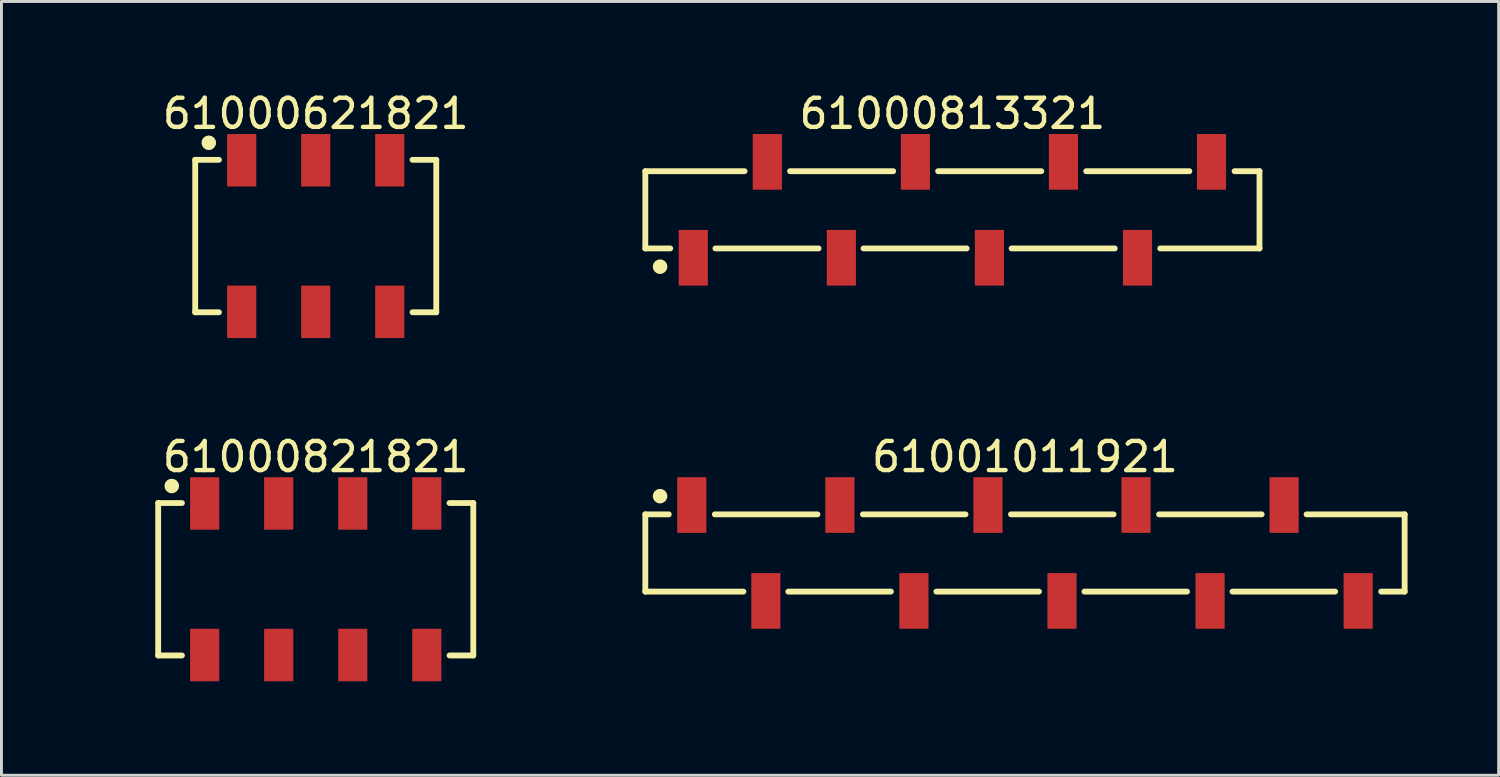
<source format=kicad_pcb>
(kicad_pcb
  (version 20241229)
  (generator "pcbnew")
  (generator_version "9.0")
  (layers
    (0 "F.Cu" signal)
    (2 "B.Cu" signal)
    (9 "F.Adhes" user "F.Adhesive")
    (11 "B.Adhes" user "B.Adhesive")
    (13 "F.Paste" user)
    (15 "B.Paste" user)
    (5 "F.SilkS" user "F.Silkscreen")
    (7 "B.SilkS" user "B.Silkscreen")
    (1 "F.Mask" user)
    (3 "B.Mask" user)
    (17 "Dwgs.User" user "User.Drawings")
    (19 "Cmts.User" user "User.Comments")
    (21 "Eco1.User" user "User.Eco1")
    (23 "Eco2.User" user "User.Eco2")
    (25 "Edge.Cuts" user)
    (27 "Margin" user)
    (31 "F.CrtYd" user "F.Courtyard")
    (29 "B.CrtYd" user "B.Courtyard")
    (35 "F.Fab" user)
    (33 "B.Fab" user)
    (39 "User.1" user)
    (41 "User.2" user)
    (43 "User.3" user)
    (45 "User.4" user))
  (footprint "61000621821"
    (layer "F.Cu")
    (at 7.782 5.048)
    (property "Reference" "61000621821" (at 0 -4.2 0) (layer "F.SilkS") (effects (font (size 1 1) (thickness 0.15))))
    (fp_line (start -4.135 -2.615) (end -3.32 -2.615) (stroke (width 0.2) (type solid)) (layer "F.SilkS"))
    (fp_line (start -4.135 2.615) (end -4.135 -2.615) (stroke (width 0.2) (type solid)) (layer "F.SilkS"))
    (fp_line (start -4.135 2.615) (end -3.32 2.615) (stroke (width 0.2) (type solid)) (layer "F.SilkS"))
    (fp_line (start 3.32 -2.615) (end 4.135 -2.615) (stroke (width 0.2) (type solid)) (layer "F.SilkS"))
    (fp_line (start 3.32 2.615) (end 4.135 2.615) (stroke (width 0.2) (type solid)) (layer "F.SilkS"))
    (fp_line (start 4.135 2.615) (end 4.135 -2.615) (stroke (width 0.2) (type solid)) (layer "F.SilkS"))
    (fp_circle (center -3.67 -3.2) (end -3.67 -3.325) (stroke (width 0.25) (type solid)) (fill no) (layer "F.SilkS"))
    (fp_line (start -4.335 -3.7) (end 4.335 -3.7) (stroke (width 0.05) (type solid)) (layer "Eco2.User"))
    (fp_line (start -4.335 3.7) (end -4.335 -3.7) (stroke (width 0.05) (type solid)) (layer "Eco2.User"))
    (fp_line (start -4.335 3.7) (end 4.335 3.7) (stroke (width 0.05) (type solid)) (layer "Eco2.User"))
    (fp_line (start -4.06 -2.54) (end 4.06 -2.54) (stroke (width 0.1) (type solid)) (layer "Eco2.User"))
    (fp_line (start -4.06 2.54) (end -4.06 -2.54) (stroke (width 0.1) (type solid)) (layer "Eco2.User"))
    (fp_line (start -4.06 2.54) (end 4.06 2.54) (stroke (width 0.1) (type solid)) (layer "Eco2.User"))
    (fp_line (start -2.86 -3.35) (end -2.22 -3.35) (stroke (width 0.1) (type solid)) (layer "Eco2.User"))
    (fp_line (start -2.86 -2.54) (end -2.86 -3.35) (stroke (width 0.1) (type solid)) (layer "Eco2.User"))
    (fp_line (start -2.86 3.35) (end -2.86 2.54) (stroke (width 0.1) (type solid)) (layer "Eco2.User"))
    (fp_line (start -2.86 3.35) (end -2.22 3.35) (stroke (width 0.1) (type solid)) (layer "Eco2.User"))
    (fp_line (start -2.22 -2.54) (end -2.22 -3.35) (stroke (width 0.1) (type solid)) (layer "Eco2.User"))
    (fp_line (start -2.22 3.35) (end -2.22 2.54) (stroke (width 0.1) (type solid)) (layer "Eco2.User"))
    (fp_line (start -0.5 0) (end 0.5 0) (stroke (width 0.05) (type solid)) (layer "Eco2.User"))
    (fp_line (start -0.32 -3.35) (end 0.32 -3.35) (stroke (width 0.1) (type solid)) (layer "Eco2.User"))
    (fp_line (start -0.32 -2.54) (end -0.32 -3.35) (stroke (width 0.1) (type solid)) (layer "Eco2.User"))
    (fp_line (start -0.32 3.35) (end -0.32 2.54) (stroke (width 0.1) (type solid)) (layer "Eco2.User"))
    (fp_line (start -0.32 3.35) (end 0.32 3.35) (stroke (width 0.1) (type solid)) (layer "Eco2.User"))
    (fp_line (start 0 0.5) (end 0 -0.5) (stroke (width 0.05) (type solid)) (layer "Eco2.User"))
    (fp_line (start 0.32 -2.54) (end 0.32 -3.35) (stroke (width 0.1) (type solid)) (layer "Eco2.User"))
    (fp_line (start 0.32 3.35) (end 0.32 2.54) (stroke (width 0.1) (type solid)) (layer "Eco2.User"))
    (fp_line (start 2.22 -3.35) (end 2.86 -3.35) (stroke (width 0.1) (type solid)) (layer "Eco2.User"))
    (fp_line (start 2.22 -2.54) (end 2.22 -3.35) (stroke (width 0.1) (type solid)) (layer "Eco2.User"))
    (fp_line (start 2.22 3.35) (end 2.22 2.54) (stroke (width 0.1) (type solid)) (layer "Eco2.User"))
    (fp_line (start 2.22 3.35) (end 2.86 3.35) (stroke (width 0.1) (type solid)) (layer "Eco2.User"))
    (fp_line (start 2.86 -2.54) (end 2.86 -3.35) (stroke (width 0.1) (type solid)) (layer "Eco2.User"))
    (fp_line (start 2.86 3.35) (end 2.86 2.54) (stroke (width 0.1) (type solid)) (layer "Eco2.User"))
    (fp_line (start 4.06 2.54) (end 4.06 -2.54) (stroke (width 0.1) (type solid)) (layer "Eco2.User"))
    (fp_line (start 4.335 3.7) (end 4.335 -3.7) (stroke (width 0.05) (type solid)) (layer "Eco2.User"))
    (fp_text user "${REFERENCE}" (at 0.15 -0.197 0) (unlocked yes) (layer "User.3") (effects (font (size 1.5 1.5) (thickness 0.15))))
    (pad "1" smd rect (at -2.54 -2.6) (size 1 1.8) (layers "F.Cu" "F.Mask" "F.Paste"))
    (pad "2" smd rect (at -2.54 2.6) (size 1 1.8) (layers "F.Cu" "F.Mask" "F.Paste"))
    (pad "3" smd rect (at 0 -2.6) (size 1 1.8) (layers "F.Cu" "F.Mask" "F.Paste"))
    (pad "4" smd rect (at 0 2.6) (size 1 1.8) (layers "F.Cu" "F.Mask" "F.Paste"))
    (pad "5" smd rect (at 2.54 -2.6) (size 1 1.8) (layers "F.Cu" "F.Mask" "F.Paste"))
    (pad "6" smd rect (at 2.54 2.6) (size 1 1.8) (layers "F.Cu" "F.Mask" "F.Paste")))
  (footprint "61001011921"
    (layer "F.Cu")
    (at 32.114 15.921)
    (property "Reference" "61001011921" (at 0 -3.3 0) (layer "F.SilkS") (effects (font (size 1 1) (thickness 0.15))))
    (fp_line (start -13.025 -1.325) (end -12.22 -1.325) (stroke (width 0.2) (type solid)) (layer "F.SilkS"))
    (fp_line (start -13.025 1.325) (end -13.025 -1.325) (stroke (width 0.2) (type solid)) (layer "F.SilkS"))
    (fp_line (start -13.025 1.325) (end -9.66 1.325) (stroke (width 0.2) (type solid)) (layer "F.SilkS"))
    (fp_line (start -10.64 -1.325) (end -7.12 -1.325) (stroke (width 0.2) (type solid)) (layer "F.SilkS"))
    (fp_line (start -8.12 1.325) (end -4.6 1.325) (stroke (width 0.2) (type solid)) (layer "F.SilkS"))
    (fp_line (start -5.56 -1.325) (end -2.04 -1.325) (stroke (width 0.2) (type solid)) (layer "F.SilkS"))
    (fp_line (start -3.04 1.325) (end 0.48 1.325) (stroke (width 0.2) (type solid)) (layer "F.SilkS"))
    (fp_line (start -0.48 -1.325) (end 3.04 -1.325) (stroke (width 0.2) (type solid)) (layer "F.SilkS"))
    (fp_line (start 2.04 1.325) (end 5.56 1.325) (stroke (width 0.2) (type solid)) (layer "F.SilkS"))
    (fp_line (start 4.6 -1.325) (end 8.12 -1.325) (stroke (width 0.2) (type solid)) (layer "F.SilkS"))
    (fp_line (start 7.12 1.325) (end 10.64 1.325) (stroke (width 0.2) (type solid)) (layer "F.SilkS"))
    (fp_line (start 9.66 -1.325) (end 13.025 -1.325) (stroke (width 0.2) (type solid)) (layer "F.SilkS"))
    (fp_line (start 12.22 1.325) (end 13.025 1.325) (stroke (width 0.2) (type solid)) (layer "F.SilkS"))
    (fp_line (start 13.025 1.325) (end 13.025 -1.325) (stroke (width 0.2) (type solid)) (layer "F.SilkS"))
    (fp_circle (center -12.52 -1.95) (end -12.52 -2.075) (stroke (width 0.25) (type solid)) (fill no) (layer "F.SilkS"))
    (fp_line (start -13.225 -2.8) (end 13.225 -2.8) (stroke (width 0.05) (type solid)) (layer "Eco2.User"))
    (fp_line (start -13.225 2.8) (end -13.225 -2.8) (stroke (width 0.05) (type solid)) (layer "Eco2.User"))
    (fp_line (start -13.225 2.8) (end 13.225 2.8) (stroke (width 0.05) (type solid)) (layer "Eco2.User"))
    (fp_line (start -12.95 -1.25) (end 12.95 -1.25) (stroke (width 0.1) (type solid)) (layer "Eco2.User"))
    (fp_line (start -12.95 1.25) (end -12.95 -1.25) (stroke (width 0.1) (type solid)) (layer "Eco2.User"))
    (fp_line (start -12.95 1.25) (end 12.95 1.25) (stroke (width 0.1) (type solid)) (layer "Eco2.User"))
    (fp_line (start -11.68 -2.025) (end -11.18 -2.025) (stroke (width 0.1) (type solid)) (layer "Eco2.User"))
    (fp_line (start -11.68 -1.25) (end -11.68 -2.025) (stroke (width 0.1) (type solid)) (layer "Eco2.User"))
    (fp_line (start -11.18 -1.25) (end -11.18 -2.025) (stroke (width 0.1) (type solid)) (layer "Eco2.User"))
    (fp_line (start -9.14 2.025) (end -9.14 1.25) (stroke (width 0.1) (type solid)) (layer "Eco2.User"))
    (fp_line (start -9.14 2.025) (end -8.64 2.025) (stroke (width 0.1) (type solid)) (layer "Eco2.User"))
    (fp_line (start -8.64 2.025) (end -8.64 1.25) (stroke (width 0.1) (type solid)) (layer "Eco2.User"))
    (fp_line (start -6.6 -2.025) (end -6.1 -2.025) (stroke (width 0.1) (type solid)) (layer "Eco2.User"))
    (fp_line (start -6.6 -1.25) (end -6.6 -2.025) (stroke (width 0.1) (type solid)) (layer "Eco2.User"))
    (fp_line (start -6.1 -1.25) (end -6.1 -2.025) (stroke (width 0.1) (type solid)) (layer "Eco2.User"))
    (fp_line (start -4.06 2.025) (end -4.06 1.25) (stroke (width 0.1) (type solid)) (layer "Eco2.User"))
    (fp_line (start -4.06 2.025) (end -3.56 2.025) (stroke (width 0.1) (type solid)) (layer "Eco2.User"))
    (fp_line (start -3.56 2.025) (end -3.56 1.25) (stroke (width 0.1) (type solid)) (layer "Eco2.User"))
    (fp_line (start -1.52 -2.025) (end -1.02 -2.025) (stroke (width 0.1) (type solid)) (layer "Eco2.User"))
    (fp_line (start -1.52 -1.25) (end -1.52 -2.025) (stroke (width 0.1) (type solid)) (layer "Eco2.User"))
    (fp_line (start -1.02 -1.25) (end -1.02 -2.025) (stroke (width 0.1) (type solid)) (layer "Eco2.User"))
    (fp_line (start -0.5 0) (end 0.5 0) (stroke (width 0.05) (type solid)) (layer "Eco2.User"))
    (fp_line (start 0 0.5) (end 0 -0.5) (stroke (width 0.05) (type solid)) (layer "Eco2.User"))
    (fp_line (start 1.02 2.025) (end 1.02 1.25) (stroke (width 0.1) (type solid)) (layer "Eco2.User"))
    (fp_line (start 1.02 2.025) (end 1.52 2.025) (stroke (width 0.1) (type solid)) (layer "Eco2.User"))
    (fp_line (start 1.52 2.025) (end 1.52 1.25) (stroke (width 0.1) (type solid)) (layer "Eco2.User"))
    (fp_line (start 3.56 -2.025) (end 4.06 -2.025) (stroke (width 0.1) (type solid)) (layer "Eco2.User"))
    (fp_line (start 3.56 -1.25) (end 3.56 -2.025) (stroke (width 0.1) (type solid)) (layer "Eco2.User"))
    (fp_line (start 4.06 -1.25) (end 4.06 -2.025) (stroke (width 0.1) (type solid)) (layer "Eco2.User"))
    (fp_line (start 6.1 2.025) (end 6.1 1.25) (stroke (width 0.1) (type solid)) (layer "Eco2.User"))
    (fp_line (start 6.1 2.025) (end 6.6 2.025) (stroke (width 0.1) (type solid)) (layer "Eco2.User"))
    (fp_line (start 6.6 2.025) (end 6.6 1.25) (stroke (width 0.1) (type solid)) (layer "Eco2.User"))
    (fp_line (start 8.64 -2.025) (end 9.14 -2.025) (stroke (width 0.1) (type solid)) (layer "Eco2.User"))
    (fp_line (start 8.64 -1.25) (end 8.64 -2.025) (stroke (width 0.1) (type solid)) (layer "Eco2.User"))
    (fp_line (start 9.14 -1.25) (end 9.14 -2.025) (stroke (width 0.1) (type solid)) (layer "Eco2.User"))
    (fp_line (start 11.18 2.025) (end 11.18 1.25) (stroke (width 0.1) (type solid)) (layer "Eco2.User"))
    (fp_line (start 11.18 2.025) (end 11.68 2.025) (stroke (width 0.1) (type solid)) (layer "Eco2.User"))
    (fp_line (start 11.68 2.025) (end 11.68 1.25) (stroke (width 0.1) (type solid)) (layer "Eco2.User"))
    (fp_line (start 12.95 1.25) (end 12.95 -1.25) (stroke (width 0.1) (type solid)) (layer "Eco2.User"))
    (fp_line (start 13.225 2.8) (end 13.225 -2.8) (stroke (width 0.05) (type solid)) (layer "Eco2.User"))
    (fp_text user "${REFERENCE}" (at 0.15 -0.197 0) (unlocked yes) (layer "User.3") (effects (font (size 1.5 1.5) (thickness 0.15))))
    (pad "1" smd rect (at -11.43 -1.645) (size 1 1.91) (layers "F.Cu" "F.Mask" "F.Paste"))
    (pad "2" smd rect (at -8.89 1.645) (size 1 1.91) (layers "F.Cu" "F.Mask" "F.Paste"))
    (pad "3" smd rect (at -6.35 -1.645) (size 1 1.91) (layers "F.Cu" "F.Mask" "F.Paste"))
    (pad "4" smd rect (at -3.81 1.645) (size 1 1.91) (layers "F.Cu" "F.Mask" "F.Paste"))
    (pad "5" smd rect (at -1.27 -1.645) (size 1 1.91) (layers "F.Cu" "F.Mask" "F.Paste"))
    (pad "6" smd rect (at 1.27 1.645) (size 1 1.91) (layers "F.Cu" "F.Mask" "F.Paste"))
    (pad "7" smd rect (at 3.81 -1.645) (size 1 1.91) (layers "F.Cu" "F.Mask" "F.Paste"))
    (pad "8" smd rect (at 6.35 1.645) (size 1 1.91) (layers "F.Cu" "F.Mask" "F.Paste"))
    (pad "9" smd rect (at 8.89 -1.645) (size 1 1.91) (layers "F.Cu" "F.Mask" "F.Paste"))
    (pad "10" smd rect (at 11.43 1.645) (size 1 1.91) (layers "F.Cu" "F.Mask" "F.Paste")))
  (footprint "61000821821"
    (layer "F.Cu")
    (at 7.782 16.822)
    (property "Reference" "61000821821" (at 0 -4.2 0) (layer "F.SilkS") (effects (font (size 1 1) (thickness 0.15))))
    (fp_line (start -5.405 -2.615) (end -4.59 -2.615) (stroke (width 0.2) (type solid)) (layer "F.SilkS"))
    (fp_line (start -5.405 2.615) (end -5.405 -2.615) (stroke (width 0.2) (type solid)) (layer "F.SilkS"))
    (fp_line (start -5.405 2.615) (end -4.59 2.615) (stroke (width 0.2) (type solid)) (layer "F.SilkS"))
    (fp_line (start 4.59 -2.615) (end 5.405 -2.615) (stroke (width 0.2) (type solid)) (layer "F.SilkS"))
    (fp_line (start 4.59 2.615) (end 5.405 2.615) (stroke (width 0.2) (type solid)) (layer "F.SilkS"))
    (fp_line (start 5.405 2.615) (end 5.405 -2.615) (stroke (width 0.2) (type solid)) (layer "F.SilkS"))
    (fp_circle (center -4.94 -3.2) (end -4.94 -3.325) (stroke (width 0.25) (type solid)) (fill no) (layer "F.SilkS"))
    (fp_line (start -5.605 -3.7) (end 5.605 -3.7) (stroke (width 0.05) (type solid)) (layer "Eco2.User"))
    (fp_line (start -5.605 3.7) (end -5.605 -3.7) (stroke (width 0.05) (type solid)) (layer "Eco2.User"))
    (fp_line (start -5.605 3.7) (end 5.605 3.7) (stroke (width 0.05) (type solid)) (layer "Eco2.User"))
    (fp_line (start -5.33 -2.54) (end 5.33 -2.54) (stroke (width 0.1) (type solid)) (layer "Eco2.User"))
    (fp_line (start -5.33 2.54) (end -5.33 -2.54) (stroke (width 0.1) (type solid)) (layer "Eco2.User"))
    (fp_line (start -5.33 2.54) (end 5.33 2.54) (stroke (width 0.1) (type solid)) (layer "Eco2.User"))
    (fp_line (start -4.13 -3.35) (end -3.49 -3.35) (stroke (width 0.1) (type solid)) (layer "Eco2.User"))
    (fp_line (start -4.13 -2.54) (end -4.13 -3.35) (stroke (width 0.1) (type solid)) (layer "Eco2.User"))
    (fp_line (start -4.13 3.35) (end -4.13 2.54) (stroke (width 0.1) (type solid)) (layer "Eco2.User"))
    (fp_line (start -4.13 3.35) (end -3.49 3.35) (stroke (width 0.1) (type solid)) (layer "Eco2.User"))
    (fp_line (start -3.49 -2.54) (end -3.49 -3.35) (stroke (width 0.1) (type solid)) (layer "Eco2.User"))
    (fp_line (start -3.49 3.35) (end -3.49 2.54) (stroke (width 0.1) (type solid)) (layer "Eco2.User"))
    (fp_line (start -1.59 -3.35) (end -0.95 -3.35) (stroke (width 0.1) (type solid)) (layer "Eco2.User"))
    (fp_line (start -1.59 -2.54) (end -1.59 -3.35) (stroke (width 0.1) (type solid)) (layer "Eco2.User"))
    (fp_line (start -1.59 3.35) (end -1.59 2.54) (stroke (width 0.1) (type solid)) (layer "Eco2.User"))
    (fp_line (start -1.59 3.35) (end -0.95 3.35) (stroke (width 0.1) (type solid)) (layer "Eco2.User"))
    (fp_line (start -0.95 -2.54) (end -0.95 -3.35) (stroke (width 0.1) (type solid)) (layer "Eco2.User"))
    (fp_line (start -0.95 3.35) (end -0.95 2.54) (stroke (width 0.1) (type solid)) (layer "Eco2.User"))
    (fp_line (start -0.5 0) (end 0.5 0) (stroke (width 0.05) (type solid)) (layer "Eco2.User"))
    (fp_line (start 0 0.5) (end 0 -0.5) (stroke (width 0.05) (type solid)) (layer "Eco2.User"))
    (fp_line (start 0.95 -3.35) (end 1.59 -3.35) (stroke (width 0.1) (type solid)) (layer "Eco2.User"))
    (fp_line (start 0.95 -2.54) (end 0.95 -3.35) (stroke (width 0.1) (type solid)) (layer "Eco2.User"))
    (fp_line (start 0.95 3.35) (end 0.95 2.54) (stroke (width 0.1) (type solid)) (layer "Eco2.User"))
    (fp_line (start 0.95 3.35) (end 1.59 3.35) (stroke (width 0.1) (type solid)) (layer "Eco2.User"))
    (fp_line (start 1.59 -2.54) (end 1.59 -3.35) (stroke (width 0.1) (type solid)) (layer "Eco2.User"))
    (fp_line (start 1.59 3.35) (end 1.59 2.54) (stroke (width 0.1) (type solid)) (layer "Eco2.User"))
    (fp_line (start 3.49 -3.35) (end 4.13 -3.35) (stroke (width 0.1) (type solid)) (layer "Eco2.User"))
    (fp_line (start 3.49 -2.54) (end 3.49 -3.35) (stroke (width 0.1) (type solid)) (layer "Eco2.User"))
    (fp_line (start 3.49 3.35) (end 3.49 2.54) (stroke (width 0.1) (type solid)) (layer "Eco2.User"))
    (fp_line (start 3.49 3.35) (end 4.13 3.35) (stroke (width 0.1) (type solid)) (layer "Eco2.User"))
    (fp_line (start 4.13 -2.54) (end 4.13 -3.35) (stroke (width 0.1) (type solid)) (layer "Eco2.User"))
    (fp_line (start 4.13 3.35) (end 4.13 2.54) (stroke (width 0.1) (type solid)) (layer "Eco2.User"))
    (fp_line (start 5.33 2.54) (end 5.33 -2.54) (stroke (width 0.1) (type solid)) (layer "Eco2.User"))
    (fp_line (start 5.605 3.7) (end 5.605 -3.7) (stroke (width 0.05) (type solid)) (layer "Eco2.User"))
    (fp_text user "${REFERENCE}" (at 0.15 -0.197 0) (unlocked yes) (layer "User.3") (effects (font (size 1.5 1.5) (thickness 0.15))))
    (pad "1" smd rect (at -3.81 -2.6) (size 1 1.8) (layers "F.Cu" "F.Mask" "F.Paste"))
    (pad "2" smd rect (at -3.81 2.6) (size 1 1.8) (layers "F.Cu" "F.Mask" "F.Paste"))
    (pad "3" smd rect (at -1.27 -2.6) (size 1 1.8) (layers "F.Cu" "F.Mask" "F.Paste"))
    (pad "4" smd rect (at -1.27 2.6) (size 1 1.8) (layers "F.Cu" "F.Mask" "F.Paste"))
    (pad "5" smd rect (at 1.27 -2.6) (size 1 1.8) (layers "F.Cu" "F.Mask" "F.Paste"))
    (pad "6" smd rect (at 1.27 2.6) (size 1 1.8) (layers "F.Cu" "F.Mask" "F.Paste"))
    (pad "7" smd rect (at 3.81 -2.6) (size 1 1.8) (layers "F.Cu" "F.Mask" "F.Paste"))
    (pad "8" smd rect (at 3.81 2.6) (size 1 1.8) (layers "F.Cu" "F.Mask" "F.Paste")))
  (footprint "61000813321"
    (layer "F.Cu")
    (at 29.624 4.148)
    (property "Reference" "61000813321" (at 0 -3.3 0) (layer "F.SilkS") (effects (font (size 1 1) (thickness 0.15))))
    (fp_line (start -10.535 -1.325) (end -7.13 -1.325) (stroke (width 0.2) (type solid)) (layer "F.SilkS"))
    (fp_line (start -10.535 1.325) (end -10.535 -1.325) (stroke (width 0.2) (type solid)) (layer "F.SilkS"))
    (fp_line (start -10.535 1.325) (end -9.68 1.325) (stroke (width 0.2) (type solid)) (layer "F.SilkS"))
    (fp_line (start -8.13 1.325) (end -4.59 1.325) (stroke (width 0.2) (type solid)) (layer "F.SilkS"))
    (fp_line (start -5.57 -1.325) (end -2.03 -1.325) (stroke (width 0.2) (type solid)) (layer "F.SilkS"))
    (fp_line (start -3.05 1.325) (end 0.49 1.325) (stroke (width 0.2) (type solid)) (layer "F.SilkS"))
    (fp_line (start -0.49 -1.325) (end 3.05 -1.325) (stroke (width 0.2) (type solid)) (layer "F.SilkS"))
    (fp_line (start 2.03 1.325) (end 5.57 1.325) (stroke (width 0.2) (type solid)) (layer "F.SilkS"))
    (fp_line (start 4.59 -1.325) (end 8.13 -1.325) (stroke (width 0.2) (type solid)) (layer "F.SilkS"))
    (fp_line (start 7.13 1.325) (end 10.535 1.325) (stroke (width 0.2) (type solid)) (layer "F.SilkS"))
    (fp_line (start 9.68 -1.325) (end 10.535 -1.325) (stroke (width 0.2) (type solid)) (layer "F.SilkS"))
    (fp_line (start 10.535 1.325) (end 10.535 -1.325) (stroke (width 0.2) (type solid)) (layer "F.SilkS"))
    (fp_circle (center -10.03 1.95) (end -10.03 1.825) (stroke (width 0.25) (type solid)) (fill no) (layer "F.SilkS"))
    (fp_line (start -10.735 -2.8) (end 10.735 -2.8) (stroke (width 0.05) (type solid)) (layer "Eco2.User"))
    (fp_line (start -10.735 2.8) (end -10.735 -2.8) (stroke (width 0.05) (type solid)) (layer "Eco2.User"))
    (fp_line (start -10.735 2.8) (end 10.735 2.8) (stroke (width 0.05) (type solid)) (layer "Eco2.User"))
    (fp_line (start -10.41 -1.25) (end 10.41 -1.25) (stroke (width 0.1) (type solid)) (layer "Eco2.User"))
    (fp_line (start -10.41 1.25) (end -10.41 -1.25) (stroke (width 0.1) (type solid)) (layer "Eco2.User"))
    (fp_line (start -10.41 1.25) (end 10.41 1.25) (stroke (width 0.1) (type solid)) (layer "Eco2.User"))
    (fp_line (start -9.14 2.025) (end -9.14 1.25) (stroke (width 0.1) (type solid)) (layer "Eco2.User"))
    (fp_line (start -9.14 2.025) (end -8.64 2.025) (stroke (width 0.1) (type solid)) (layer "Eco2.User"))
    (fp_line (start -8.64 2.025) (end -8.64 1.25) (stroke (width 0.1) (type solid)) (layer "Eco2.User"))
    (fp_line (start -6.6 -2.025) (end -6.1 -2.025) (stroke (width 0.1) (type solid)) (layer "Eco2.User"))
    (fp_line (start -6.6 -1.25) (end -6.6 -2.025) (stroke (width 0.1) (type solid)) (layer "Eco2.User"))
    (fp_line (start -6.1 -1.25) (end -6.1 -2.025) (stroke (width 0.1) (type solid)) (layer "Eco2.User"))
    (fp_line (start -4.06 2.025) (end -4.06 1.25) (stroke (width 0.1) (type solid)) (layer "Eco2.User"))
    (fp_line (start -4.06 2.025) (end -3.56 2.025) (stroke (width 0.1) (type solid)) (layer "Eco2.User"))
    (fp_line (start -3.56 2.025) (end -3.56 1.25) (stroke (width 0.1) (type solid)) (layer "Eco2.User"))
    (fp_line (start -1.52 -2.025) (end -1.02 -2.025) (stroke (width 0.1) (type solid)) (layer "Eco2.User"))
    (fp_line (start -1.52 -1.25) (end -1.52 -2.025) (stroke (width 0.1) (type solid)) (layer "Eco2.User"))
    (fp_line (start -1.02 -1.25) (end -1.02 -2.025) (stroke (width 0.1) (type solid)) (layer "Eco2.User"))
    (fp_line (start -0.5 0) (end 0.5 0) (stroke (width 0.05) (type solid)) (layer "Eco2.User"))
    (fp_line (start 0 0.5) (end 0 -0.5) (stroke (width 0.05) (type solid)) (layer "Eco2.User"))
    (fp_line (start 1.02 2.025) (end 1.02 1.25) (stroke (width 0.1) (type solid)) (layer "Eco2.User"))
    (fp_line (start 1.02 2.025) (end 1.52 2.025) (stroke (width 0.1) (type solid)) (layer "Eco2.User"))
    (fp_line (start 1.52 2.025) (end 1.52 1.25) (stroke (width 0.1) (type solid)) (layer "Eco2.User"))
    (fp_line (start 3.56 -2.025) (end 4.06 -2.025) (stroke (width 0.1) (type solid)) (layer "Eco2.User"))
    (fp_line (start 3.56 -1.25) (end 3.56 -2.025) (stroke (width 0.1) (type solid)) (layer "Eco2.User"))
    (fp_line (start 4.06 -1.25) (end 4.06 -2.025) (stroke (width 0.1) (type solid)) (layer "Eco2.User"))
    (fp_line (start 6.1 2.025) (end 6.1 1.25) (stroke (width 0.1) (type solid)) (layer "Eco2.User"))
    (fp_line (start 6.1 2.025) (end 6.6 2.025) (stroke (width 0.1) (type solid)) (layer "Eco2.User"))
    (fp_line (start 6.6 2.025) (end 6.6 1.25) (stroke (width 0.1) (type solid)) (layer "Eco2.User"))
    (fp_line (start 8.64 -2.025) (end 9.14 -2.025) (stroke (width 0.1) (type solid)) (layer "Eco2.User"))
    (fp_line (start 8.64 -1.25) (end 8.64 -2.025) (stroke (width 0.1) (type solid)) (layer "Eco2.User"))
    (fp_line (start 9.14 -1.25) (end 9.14 -2.025) (stroke (width 0.1) (type solid)) (layer "Eco2.User"))
    (fp_line (start 10.41 1.25) (end 10.41 -1.25) (stroke (width 0.1) (type solid)) (layer "Eco2.User"))
    (fp_line (start 10.735 2.8) (end 10.735 -2.8) (stroke (width 0.05) (type solid)) (layer "Eco2.User"))
    (fp_text user "${REFERENCE}" (at 0.15 -0.197 0) (unlocked yes) (layer "User.3") (effects (font (size 1.5 1.5) (thickness 0.15))))
    (pad "1" smd rect (at -8.89 1.645 180) (size 1 1.91) (layers "F.Cu" "F.Mask" "F.Paste"))
    (pad "2" smd rect (at -6.35 -1.645 180) (size 1 1.91) (layers "F.Cu" "F.Mask" "F.Paste"))
    (pad "3" smd rect (at -3.81 1.645 180) (size 1 1.91) (layers "F.Cu" "F.Mask" "F.Paste"))
    (pad "4" smd rect (at -1.27 -1.645 180) (size 1 1.91) (layers "F.Cu" "F.Mask" "F.Paste"))
    (pad "5" smd rect (at 1.27 1.645 180) (size 1 1.91) (layers "F.Cu" "F.Mask" "F.Paste"))
    (pad "6" smd rect (at 3.81 -1.645 180) (size 1 1.91) (layers "F.Cu" "F.Mask" "F.Paste"))
    (pad "7" smd rect (at 6.35 1.645 180) (size 1 1.91) (layers "F.Cu" "F.Mask" "F.Paste"))
    (pad "8" smd rect (at 8.89 -1.645 180) (size 1 1.91) (layers "F.Cu" "F.Mask" "F.Paste")))
  (gr_rect
    (start -3 -3)
    (end 48.364 23.547)
    (stroke (width 0.1) (type default))
    (fill no)
    (layer "Edge.Cuts")))
</source>
